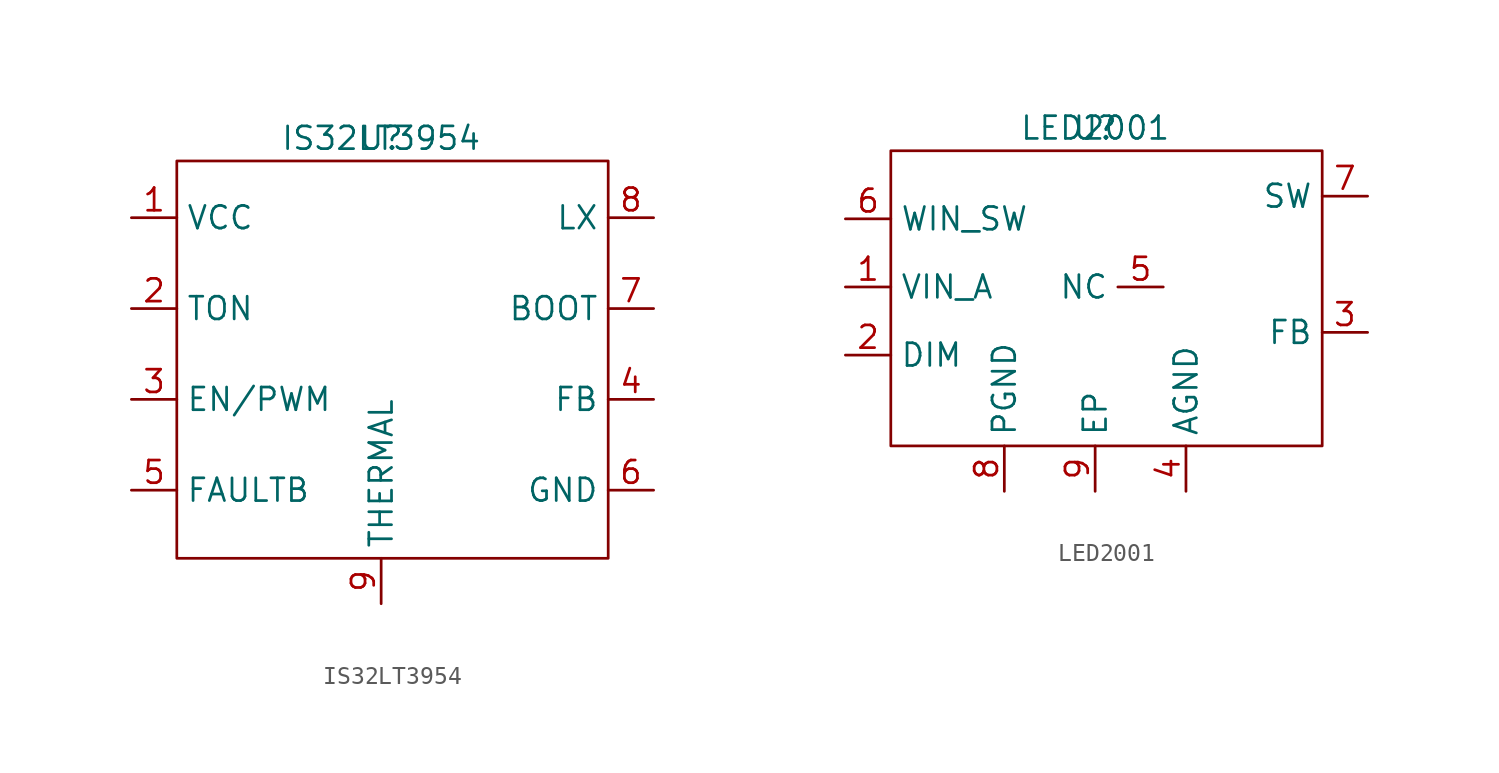
<source format=kicad_sym>
(kicad_symbol_lib
  (version 20211014)
  (generator kicad_symbol_editor)
  (symbol "IS32LT3954"
    (property "Reference" "U"
      (at 0 0 0)
      (effects (font (size 1.27 1.27))))
    (property "Value" "IS32LT3954"
      (at 0 0 0)
      (effects (font (size 1.27 1.27))))
    (symbol "IS32LT3954_0_1"
      (rectangle (start -11.43 -1.27) (end 12.7 -23.495) (stroke (width 0.152) (type default) (color 0 0 0 0)) (fill (type none))))
    (symbol "IS32LT3954_1_1"
      (pin power_in line (at -13.97 -4.445 0) (length 2.54) (name "VCC" (effects (font (size 1.27 1.27)))) (number "1" (effects (font (size 1.27 1.27)))))
      (pin input line (at -13.97 -9.525 0) (length 2.54) (name "TON" (effects (font (size 1.27 1.27)))) (number "2" (effects (font (size 1.27 1.27)))))
      (pin input line (at -13.97 -14.605 0) (length 2.54) (name "EN/PWM" (effects (font (size 1.27 1.27)))) (number "3" (effects (font (size 1.27 1.27)))))
      (pin input line (at 15.24 -14.605 180) (length 2.54) (name "FB" (effects (font (size 1.27 1.27)))) (number "4" (effects (font (size 1.27 1.27)))))
      (pin input line (at -13.97 -19.685 0) (length 2.54) (name "FAULTB" (effects (font (size 1.27 1.27)))) (number "5" (effects (font (size 1.27 1.27)))))
      (pin power_in line (at 15.24 -19.685 180) (length 2.54) (name "GND" (effects (font (size 1.27 1.27)))) (number "6" (effects (font (size 1.27 1.27)))))
      (pin output line (at 15.24 -9.525 180) (length 2.54) (name "BOOT" (effects (font (size 1.27 1.27)))) (number "7" (effects (font (size 1.27 1.27)))))
      (pin output line (at 15.24 -4.445 180) (length 2.54) (name "LX" (effects (font (size 1.27 1.27)))) (number "8" (effects (font (size 1.27 1.27)))))
      (pin power_in line (at 0 -26.035 90) (length 2.54) (name "THERMAL" (effects (font (size 1.27 1.27)))) (number "9" (effects (font (size 1.27 1.27)))))))
  (symbol "LED2001"
    (property "Reference" "U"
      (at 0 0 0)
      (effects (font (size 1.27 1.27))))
    (property "Value" "LED2001"
      (at 0 0 0)
      (effects (font (size 1.27 1.27))))
    (symbol "LED2001_0_1"
      (rectangle (start -11.43 -1.27) (end 12.7 -17.78) (stroke (width 0.152) (type default) (color 0 0 0 0)) (fill (type none))))
    (symbol "LED2001_1_1"
      (pin power_in line (at -13.97 -8.89 0) (length 2.54) (name "VIN_A" (effects (font (size 1.27 1.27)))) (number "1" (effects (font (size 1.27 1.27)))))
      (pin input line (at -13.97 -12.7 0) (length 2.54) (name "DIM" (effects (font (size 1.27 1.27)))) (number "2" (effects (font (size 1.27 1.27)))))
      (pin input line (at 15.24 -11.43 180) (length 2.54) (name "FB" (effects (font (size 1.27 1.27)))) (number "3" (effects (font (size 1.27 1.27)))))
      (pin input line (at 5.08 -20.32 90) (length 2.54) (name "AGND" (effects (font (size 1.27 1.27)))) (number "4" (effects (font (size 1.27 1.27)))))
      (pin input line (at 3.81 -8.89 180) (length 2.54) (name "NC" (effects (font (size 1.27 1.27)))) (number "5" (effects (font (size 1.27 1.27)))))
      (pin power_in line (at -13.97 -5.08 0) (length 2.54) (name "WIN_SW" (effects (font (size 1.27 1.27)))) (number "6" (effects (font (size 1.27 1.27)))))
      (pin input line (at 15.24 -3.81 180) (length 2.54) (name "SW" (effects (font (size 1.27 1.27)))) (number "7" (effects (font (size 1.27 1.27)))))
      (pin power_in line (at -5.08 -20.32 90) (length 2.54) (name "PGND" (effects (font (size 1.27 1.27)))) (number "8" (effects (font (size 1.27 1.27)))))
      (pin power_in line (at 0 -20.32 90) (length 2.54) (name "EP" (effects (font (size 1.27 1.27)))) (number "9" (effects (font (size 1.27 1.27))))))))
</source>
